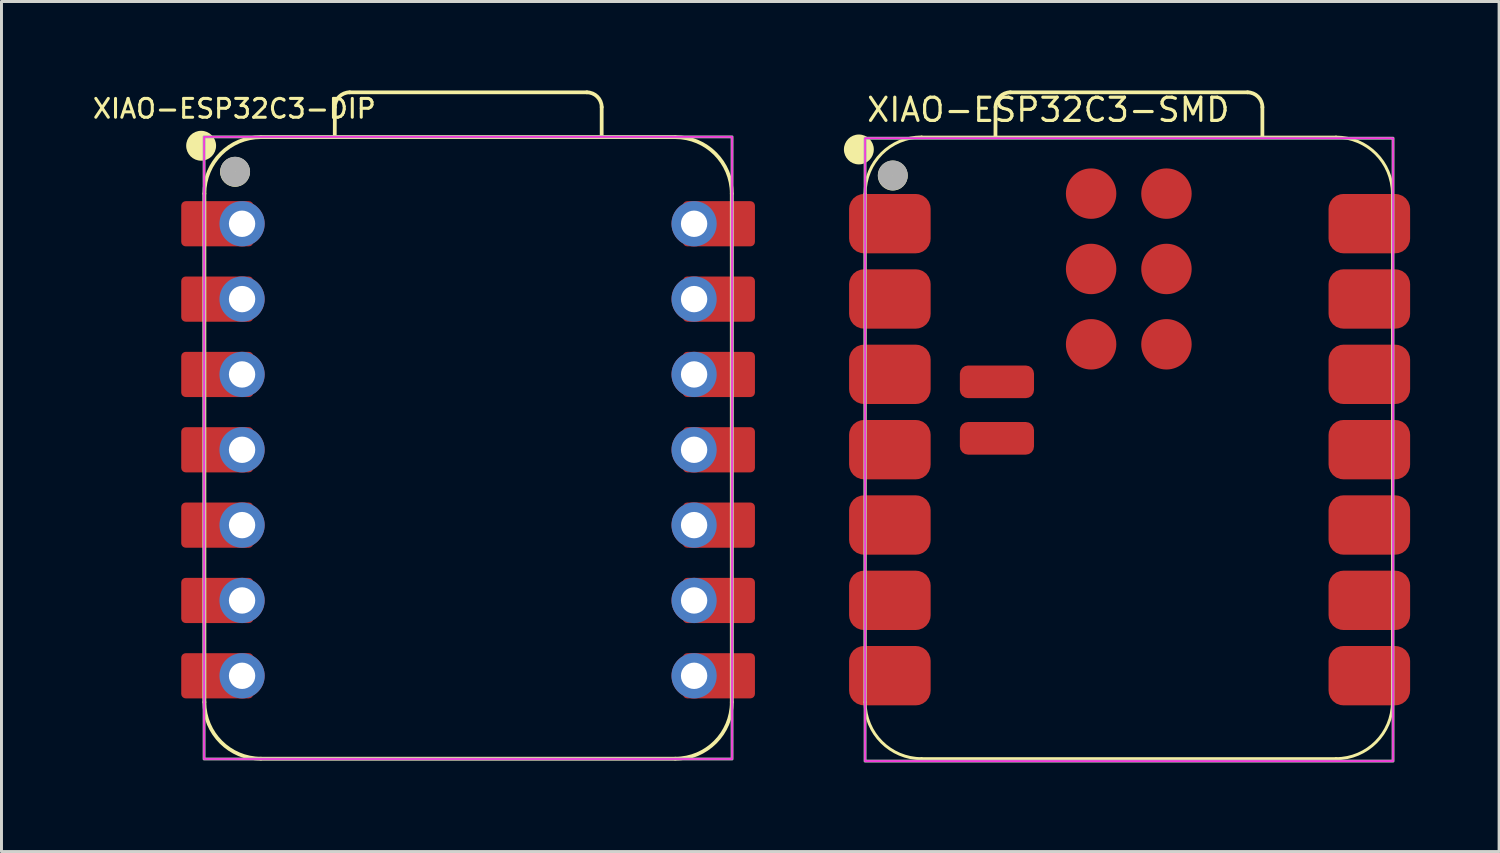
<source format=kicad_pcb>
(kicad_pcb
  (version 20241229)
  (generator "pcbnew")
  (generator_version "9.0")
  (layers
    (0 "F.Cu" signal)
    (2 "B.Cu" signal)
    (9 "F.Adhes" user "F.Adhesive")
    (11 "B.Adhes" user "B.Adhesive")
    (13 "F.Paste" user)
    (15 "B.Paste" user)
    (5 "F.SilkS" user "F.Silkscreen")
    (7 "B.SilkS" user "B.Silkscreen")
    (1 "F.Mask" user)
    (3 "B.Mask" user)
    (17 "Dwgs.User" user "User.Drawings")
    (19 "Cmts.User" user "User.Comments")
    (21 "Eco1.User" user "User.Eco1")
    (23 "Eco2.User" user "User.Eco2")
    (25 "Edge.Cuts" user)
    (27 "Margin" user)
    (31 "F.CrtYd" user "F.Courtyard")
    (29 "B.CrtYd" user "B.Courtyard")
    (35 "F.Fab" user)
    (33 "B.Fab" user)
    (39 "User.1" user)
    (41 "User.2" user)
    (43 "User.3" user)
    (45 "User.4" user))
  (footprint "XIAO-ESP32C3-DIP"
    (layer "F.Cu")
    (at 12.851 12.114)
    (property "Reference" "XIAO-ESP32C3-DIP" (at -8 -11.5 0) (unlocked yes) (layer "F.SilkS") (effects (font (size 0.635 0.635) (thickness 0.102))))
    (attr smd)
    (fp_line (start -9.01 8.509) (end -9.01 -8.636) (stroke (width 0.127) (type solid)) (layer "F.SilkS"))
    (fp_line (start -7.105 10.414) (end 6.865 10.414) (stroke (width 0.127) (type solid)) (layer "F.SilkS"))
    (fp_line (start -4.615 -10.541) (end -4.611 -11.551) (stroke (width 0.127) (type solid)) (layer "F.SilkS"))
    (fp_line (start -4.111 -12.051) (end 3.884 -12.051) (stroke (width 0.127) (type solid)) (layer "F.SilkS"))
    (fp_line (start 4.384 -11.551) (end 4.384 -10.541) (stroke (width 0.127) (type solid)) (layer "F.SilkS"))
    (fp_line (start 6.865 -10.541) (end -7.105 -10.541) (stroke (width 0.1) (type solid)) (layer "F.SilkS"))
    (fp_line (start 6.865 -10.541) (end -7.105 -10.541) (stroke (width 0.127) (type solid)) (layer "F.SilkS"))
    (fp_line (start 8.77 8.509) (end 8.77 -8.636) (stroke (width 0.127) (type solid)) (layer "F.SilkS"))
    (fp_arc (start -9.01 -8.636) (mid -8.452038 -9.983038) (end -7.105 -10.541) (stroke (width 0.127) (type solid)) (layer "F.SilkS"))
    (fp_arc (start -7.105 10.414) (mid -8.452038 9.856038) (end -9.01 8.509) (stroke (width 0.127) (type solid)) (layer "F.SilkS"))
    (fp_arc (start -4.611272 -11.551272) (mid -4.464728 -11.90464) (end -4.111272 -12.051) (stroke (width 0.127) (type default)) (layer "F.SilkS"))
    (fp_arc (start 3.884 -12.051) (mid 4.237553 -11.904553) (end 4.384 -11.551) (stroke (width 0.127) (type default)) (layer "F.SilkS"))
    (fp_arc (start 6.865 -10.541) (mid 8.212038 -9.983038) (end 8.77 -8.636) (stroke (width 0.127) (type solid)) (layer "F.SilkS"))
    (fp_arc (start 8.77 8.509) (mid 8.212038 9.856038) (end 6.865 10.414) (stroke (width 0.127) (type solid)) (layer "F.SilkS"))
    (fp_circle (center -9.12 -10.25) (end -9.12 -10.504) (stroke (width 0.5) (type solid)) (fill yes) (layer "F.SilkS"))
    (fp_circle (center -7.977 -9.37) (end -7.977 -9.624) (stroke (width 0.5) (type solid)) (fill yes) (layer "F.SilkS"))
    (fp_rect (start -9.02 -10.55) (end 8.78 10.425) (stroke (width 0.05) (type default)) (fill no) (layer "F.CrtYd"))
    (fp_rect (start -9.02 -10.55) (end 8.78 10.425) (stroke (width 0.1) (type default)) (fill no) (layer "F.Fab"))
    (fp_circle (center -7.974 -9.376) (end -7.974 -9.63) (stroke (width 0.5) (type solid)) (fill no) (layer "F.Fab"))
    (pad "1" smd roundrect (at -8.575 -7.62 180) (size 2.432 1.524) (layers "F.Cu" "F.Mask") (roundrect_rratio 0.1))
    (pad "1" thru_hole circle (at -7.74 -7.62 180) (size 1.524 1.524) (drill 0.889) (layers "*.Cu" "*.Mask"))
    (pad "2" smd roundrect (at -8.575 -5.08 180) (size 2.432 1.524) (layers "F.Cu" "F.Mask") (roundrect_rratio 0.1))
    (pad "2" thru_hole circle (at -7.74 -5.08 180) (size 1.524 1.524) (drill 0.889) (layers "*.Cu" "*.Mask"))
    (pad "3" smd roundrect (at -8.575 -2.54 180) (size 2.432 1.524) (layers "F.Cu" "F.Mask") (roundrect_rratio 0.1))
    (pad "3" thru_hole circle (at -7.74 -2.54 180) (size 1.524 1.524) (drill 0.889) (layers "*.Cu" "*.Mask"))
    (pad "4" smd roundrect (at -8.575 0 180) (size 2.432 1.524) (layers "F.Cu" "F.Mask") (roundrect_rratio 0.1))
    (pad "4" thru_hole circle (at -7.74 0 180) (size 1.524 1.524) (drill 0.889) (layers "*.Cu" "*.Mask"))
    (pad "5" smd roundrect (at -8.575 2.54 180) (size 2.432 1.524) (layers "F.Cu" "F.Mask") (roundrect_rratio 0.1))
    (pad "5" thru_hole circle (at -7.74 2.54 180) (size 1.524 1.524) (drill 0.889) (layers "*.Cu" "*.Mask"))
    (pad "6" smd roundrect (at -8.575 5.08 180) (size 2.432 1.524) (layers "F.Cu" "F.Mask") (roundrect_rratio 0.1))
    (pad "6" thru_hole circle (at -7.74 5.08 180) (size 1.524 1.524) (drill 0.889) (layers "*.Cu" "*.Mask"))
    (pad "7" smd roundrect (at -8.575 7.62 180) (size 2.432 1.524) (layers "F.Cu" "F.Mask") (roundrect_rratio 0.1))
    (pad "7" thru_hole circle (at -7.74 7.62 180) (size 1.524 1.524) (drill 0.889) (layers "*.Cu" "*.Mask"))
    (pad "8" thru_hole circle (at 7.5 7.62) (size 1.524 1.524) (drill 0.889) (layers "*.Cu" "*.Mask"))
    (pad "8" smd roundrect (at 8.335 7.62) (size 2.432 1.524) (layers "F.Cu" "F.Mask") (roundrect_rratio 0.1))
    (pad "9" thru_hole circle (at 7.5 5.08) (size 1.524 1.524) (drill 0.889) (layers "*.Cu" "*.Mask"))
    (pad "9" smd roundrect (at 8.335 5.08) (size 2.432 1.524) (layers "F.Cu" "F.Mask") (roundrect_rratio 0.1))
    (pad "10" thru_hole circle (at 7.5 2.54) (size 1.524 1.524) (drill 0.889) (layers "*.Cu" "*.Mask"))
    (pad "10" smd roundrect (at 8.335 2.54) (size 2.432 1.524) (layers "F.Cu" "F.Mask") (roundrect_rratio 0.1))
    (pad "11" thru_hole circle (at 7.5 0) (size 1.524 1.524) (drill 0.889) (layers "*.Cu" "*.Mask"))
    (pad "11" smd roundrect (at 8.335 0) (size 2.432 1.524) (layers "F.Cu" "F.Mask") (roundrect_rratio 0.1))
    (pad "12" thru_hole circle (at 7.5 -2.54) (size 1.524 1.524) (drill 0.889) (layers "*.Cu" "*.Mask"))
    (pad "12" smd roundrect (at 8.335 -2.54) (size 2.432 1.524) (layers "F.Cu" "F.Mask") (roundrect_rratio 0.1))
    (pad "13" thru_hole circle (at 7.5 -5.08) (size 1.524 1.524) (drill 0.889) (layers "*.Cu" "*.Mask"))
    (pad "13" smd roundrect (at 8.335 -5.08) (size 2.432 1.524) (layers "F.Cu" "F.Mask") (roundrect_rratio 0.1))
    (pad "14" thru_hole circle (at 7.5 -7.62) (size 1.524 1.524) (drill 0.889) (layers "*.Cu" "*.Mask"))
    (pad "14" smd roundrect (at 8.335 -7.62) (size 2.432 1.524) (layers "F.Cu" "F.Mask") (roundrect_rratio 0.1)))
  (footprint "XIAO-ESP32C3-SMD"
    (layer "F.Cu")
    (at 34.951 12.07)
    (property "Reference" "XIAO-ESP32C3-SMD" (at -8.835 -10.96 0) (layer "F.SilkS") (effects (font (size 0.782 0.782) (thickness 0.107)) (justify left bottom)))
    (fp_line (start -8.835 8.553) (end -8.835 -8.592) (stroke (width 0.1) (type solid)) (layer "F.SilkS"))
    (fp_line (start -6.93 10.458) (end 7.04 10.458) (stroke (width 0.1) (type solid)) (layer "F.SilkS"))
    (fp_line (start -4.44 -10.497) (end -4.436 -11.507) (stroke (width 0.127) (type solid)) (layer "F.SilkS"))
    (fp_line (start -3.936 -12.007) (end 4.059 -12.007) (stroke (width 0.127) (type solid)) (layer "F.SilkS"))
    (fp_line (start 4.559 -11.507) (end 4.559 -10.497) (stroke (width 0.127) (type solid)) (layer "F.SilkS"))
    (fp_line (start 7.04 -10.497) (end -6.93 -10.497) (stroke (width 0.1) (type solid)) (layer "F.SilkS"))
    (fp_line (start 8.945 8.553) (end 8.945 -8.592) (stroke (width 0.1) (type solid)) (layer "F.SilkS"))
    (fp_arc (start -8.835 -8.596) (mid -8.277038 -9.943038) (end -6.93 -10.501) (stroke (width 0.1) (type solid)) (layer "F.SilkS"))
    (fp_arc (start -6.93 10.458) (mid -8.277038 9.900038) (end -8.835 8.553) (stroke (width 0.1) (type solid)) (layer "F.SilkS"))
    (fp_arc (start -4.436272 -11.507272) (mid -4.289724 -11.860644) (end -3.936272 -12.007) (stroke (width 0.127) (type default)) (layer "F.SilkS"))
    (fp_arc (start 4.059 -12.007) (mid 4.412553 -11.860553) (end 4.559 -11.507) (stroke (width 0.127) (type default)) (layer "F.SilkS"))
    (fp_arc (start 7.04 -10.497) (mid 8.387038 -9.939038) (end 8.945 -8.592) (stroke (width 0.1) (type solid)) (layer "F.SilkS"))
    (fp_arc (start 8.945 8.553) (mid 8.387038 9.900038) (end 7.04 10.458) (stroke (width 0.1) (type solid)) (layer "F.SilkS"))
    (fp_circle (center -9.045 -10.081) (end -9.045 -10.335) (stroke (width 0.5) (type solid)) (fill yes) (layer "F.SilkS"))
    (fp_circle (center -7.902 -9.201) (end -7.902 -9.455) (stroke (width 0.5) (type solid)) (fill yes) (layer "F.SilkS"))
    (fp_rect (start 8.965 10.54) (end -8.835 -10.46) (stroke (width 0.05) (type default)) (fill no) (layer "F.CrtYd"))
    (fp_rect (start -8.835 -10.46) (end 8.965 10.54) (stroke (width 0.1) (type default)) (fill no) (layer "F.Fab"))
    (fp_circle (center -7.899 -9.207) (end -7.899 -9.461) (stroke (width 0.5) (type solid)) (fill no) (layer "F.Fab"))
    (pad "1" smd roundrect (at -8 -7.58) (size 2.75 2) (layers "F.Cu" "F.Mask" "F.Paste") (roundrect_rratio 0.25))
    (pad "2" smd roundrect (at -8 -5.04) (size 2.75 2) (layers "F.Cu" "F.Mask" "F.Paste") (roundrect_rratio 0.25))
    (pad "3" smd roundrect (at -8 -2.5) (size 2.75 2) (layers "F.Cu" "F.Mask" "F.Paste") (roundrect_rratio 0.25))
    (pad "4" smd roundrect (at -8 0.04) (size 2.75 2) (layers "F.Cu" "F.Mask" "F.Paste") (roundrect_rratio 0.25))
    (pad "5" smd roundrect (at -8 2.58) (size 2.75 2) (layers "F.Cu" "F.Mask" "F.Paste") (roundrect_rratio 0.25))
    (pad "6" smd roundrect (at -8 5.12) (size 2.75 2) (layers "F.Cu" "F.Mask" "F.Paste") (roundrect_rratio 0.25))
    (pad "7" smd roundrect (at -8 7.66) (size 2.75 2) (layers "F.Cu" "F.Mask" "F.Paste") (roundrect_rratio 0.25))
    (pad "8" smd roundrect (at 8.165 7.66) (size 2.75 2) (layers "F.Cu" "F.Mask" "F.Paste") (roundrect_rratio 0.25))
    (pad "9" smd roundrect (at 8.165 5.12) (size 2.75 2) (layers "F.Cu" "F.Mask" "F.Paste") (roundrect_rratio 0.25))
    (pad "10" smd roundrect (at 8.165 2.58) (size 2.75 2) (layers "F.Cu" "F.Mask" "F.Paste") (roundrect_rratio 0.25))
    (pad "11" smd roundrect (at 8.165 0.04) (size 2.75 2) (layers "F.Cu" "F.Mask" "F.Paste") (roundrect_rratio 0.25))
    (pad "12" smd roundrect (at 8.165 -2.5) (size 2.75 2) (layers "F.Cu" "F.Mask" "F.Paste") (roundrect_rratio 0.25))
    (pad "13" smd roundrect (at 8.165 -5.04) (size 2.75 2) (layers "F.Cu" "F.Mask" "F.Paste") (roundrect_rratio 0.25))
    (pad "14" smd roundrect (at 8.165 -7.58) (size 2.75 2) (layers "F.Cu" "F.Mask" "F.Paste") (roundrect_rratio 0.25))
    (pad "15" smd roundrect (at -4.39 -0.342 180) (size 2.5 1.1) (layers "F.Cu" "F.Mask" "F.Paste") (roundrect_rratio 0.25))
    (pad "16" smd roundrect (at -4.39 -2.247 180) (size 2.5 1.1) (layers "F.Cu" "F.Mask" "F.Paste") (roundrect_rratio 0.25))
    (pad "17" smd circle (at -1.215 -8.592) (size 1.7 1.7) (layers "F.Cu" "F.Mask" "F.Paste"))
    (pad "18" smd circle (at 1.325 -8.592) (size 1.7 1.7) (layers "F.Cu" "F.Mask" "F.Paste"))
    (pad "19" smd circle (at -1.215 -6.052) (size 1.7 1.7) (layers "F.Cu" "F.Mask" "F.Paste"))
    (pad "20" smd circle (at 1.325 -6.052) (size 1.7 1.7) (layers "F.Cu" "F.Mask" "F.Paste"))
    (pad "21" smd circle (at -1.215 -3.512) (size 1.7 1.7) (layers "F.Cu" "F.Mask" "F.Paste"))
    (pad "22" smd circle (at 1.325 -3.512) (size 1.7 1.7) (layers "F.Cu" "F.Mask" "F.Paste")))
  (gr_rect
    (start -3 -3)
    (end 47.491 25.66)
    (stroke (width 0.1) (type default))
    (fill no)
    (layer "Edge.Cuts")))
</source>
